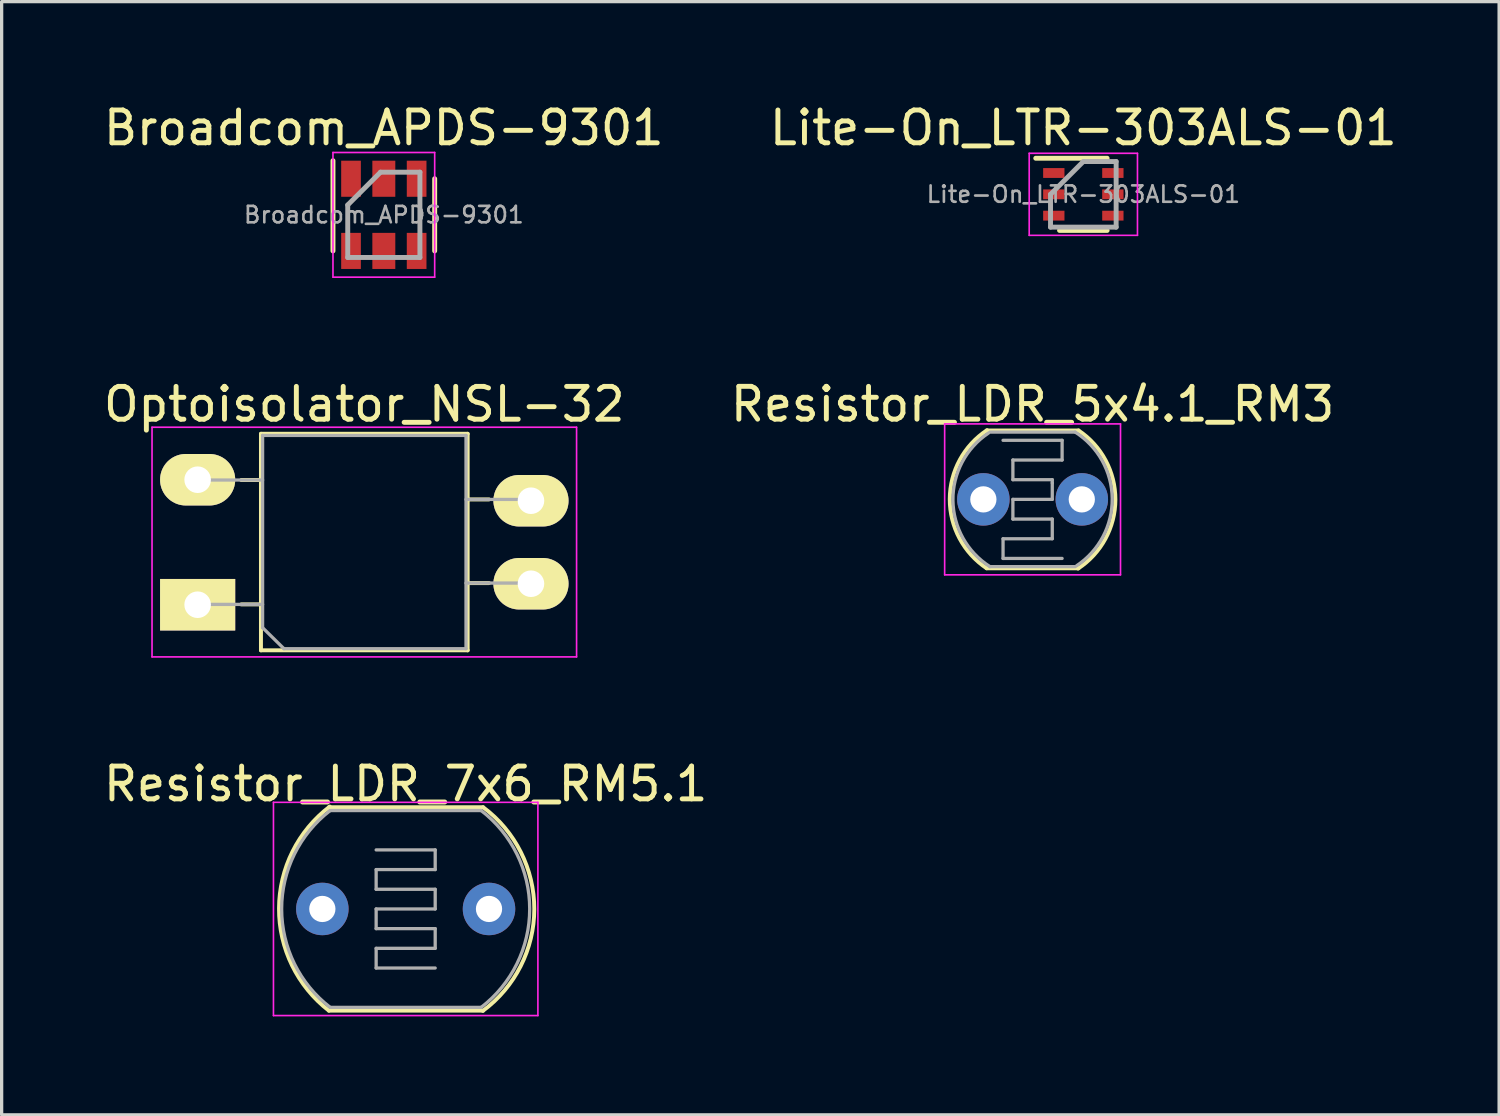
<source format=kicad_pcb>
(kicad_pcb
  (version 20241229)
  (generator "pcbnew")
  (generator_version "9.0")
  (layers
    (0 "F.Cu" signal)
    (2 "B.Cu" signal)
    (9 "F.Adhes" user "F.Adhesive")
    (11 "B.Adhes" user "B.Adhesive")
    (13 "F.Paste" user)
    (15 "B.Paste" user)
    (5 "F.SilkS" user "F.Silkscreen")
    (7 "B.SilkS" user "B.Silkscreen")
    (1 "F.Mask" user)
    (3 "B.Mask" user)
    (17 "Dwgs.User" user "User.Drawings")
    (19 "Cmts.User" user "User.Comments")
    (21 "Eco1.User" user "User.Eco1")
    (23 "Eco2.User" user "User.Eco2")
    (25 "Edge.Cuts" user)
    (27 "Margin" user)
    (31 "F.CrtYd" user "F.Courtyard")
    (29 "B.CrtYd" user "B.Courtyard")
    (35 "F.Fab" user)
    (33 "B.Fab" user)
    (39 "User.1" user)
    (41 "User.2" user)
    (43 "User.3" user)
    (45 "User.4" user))
  (footprint "Lite-On_LTR-303ALS-01"
    (layer "F.Cu")
    (at 29.97 2.873)
    (property "Reference" "Lite-On_LTR-303ALS-01" (at 0 -2.025 0) (layer "F.SilkS") (effects (font (size 1 1) (thickness 0.15))))
    (attr smd)
    (fp_line (start -1.45 -1.1) (end 0.725 -1.1) (stroke (width 0.15) (type solid)) (layer "F.SilkS"))
    (fp_line (start -0.725 1.1) (end 0.725 1.1) (stroke (width 0.15) (type solid)) (layer "F.SilkS"))
    (fp_line (start -1.65 -1.25) (end -1.65 1.25) (stroke (width 0.05) (type solid)) (layer "F.CrtYd"))
    (fp_line (start -1.65 1.25) (end 1.65 1.25) (stroke (width 0.05) (type solid)) (layer "F.CrtYd"))
    (fp_line (start 1.65 -1.25) (end -1.65 -1.25) (stroke (width 0.05) (type solid)) (layer "F.CrtYd"))
    (fp_line (start 1.65 1.25) (end 1.65 -1.25) (stroke (width 0.05) (type solid)) (layer "F.CrtYd"))
    (fp_line (start -1 0) (end 0 -1) (stroke (width 0.15) (type solid)) (layer "F.Fab"))
    (fp_line (start -1 1) (end -1 0) (stroke (width 0.15) (type solid)) (layer "F.Fab"))
    (fp_line (start 0 -1) (end 1 -1) (stroke (width 0.15) (type solid)) (layer "F.Fab"))
    (fp_line (start 1 -1) (end 1 1) (stroke (width 0.15) (type solid)) (layer "F.Fab"))
    (fp_line (start 1 1) (end -1 1) (stroke (width 0.15) (type solid)) (layer "F.Fab"))
    (fp_text user "${REFERENCE}" (at 0 0 0) (layer "F.Fab") (effects (font (size 0.5 0.5) (thickness 0.08))))
    (pad "1" smd rect (at -0.9 -0.65) (size 0.65 0.3) (layers "F.Cu" "F.Mask" "F.Paste"))
    (pad "2" smd rect (at -0.9 0) (size 0.65 0.3) (layers "F.Cu" "F.Mask" "F.Paste"))
    (pad "3" smd rect (at -0.9 0.65) (size 0.65 0.3) (layers "F.Cu" "F.Mask" "F.Paste"))
    (pad "4" smd rect (at 0.9 0.65) (size 0.65 0.3) (layers "F.Cu" "F.Mask" "F.Paste"))
    (pad "5" smd rect (at 0.9 0) (size 0.65 0.3) (layers "F.Cu" "F.Mask" "F.Paste"))
    (pad "6" smd rect (at 0.9 -0.65) (size 0.65 0.3) (layers "F.Cu" "F.Mask" "F.Paste")))
  (footprint "Resistor_LDR_5x4.1_RM3"
    (layer "F.Cu")
    (at 26.923 12.171)
    (property "Reference" "Resistor_LDR_5x4.1_RM3" (at 1.5 -2.9 0) (layer "F.SilkS") (effects (font (size 1 1) (thickness 0.15))))
    (attr through_hole)
    (fp_line (start 0.1 -2.1) (end 2.9 -2.1) (stroke (width 0.12) (type solid)) (layer "F.SilkS"))
    (fp_line (start 0.1 2.1) (end 2.9 2.1) (stroke (width 0.12) (type solid)) (layer "F.SilkS"))
    (fp_arc (start 0.1 2.1) (mid -1.023872 -0.008372) (end 0.113963 -2.109242) (stroke (width 0.12) (type solid)) (layer "F.SilkS"))
    (fp_arc (start 2.9 -2.1) (mid 4.023872 0.008372) (end 2.886037 2.109242) (stroke (width 0.12) (type solid)) (layer "F.SilkS"))
    (fp_line (start -1.18 -2.3) (end -1.18 2.3) (stroke (width 0.05) (type solid)) (layer "F.CrtYd"))
    (fp_line (start -1.18 -2.3) (end 4.18 -2.3) (stroke (width 0.05) (type solid)) (layer "F.CrtYd"))
    (fp_line (start 4.18 2.3) (end -1.18 2.3) (stroke (width 0.05) (type solid)) (layer "F.CrtYd"))
    (fp_line (start 4.18 2.3) (end 4.18 -2.3) (stroke (width 0.05) (type solid)) (layer "F.CrtYd"))
    (fp_line (start 0.2 -2.05) (end 2.8 -2.05) (stroke (width 0.1) (type solid)) (layer "F.Fab"))
    (fp_line (start 0.6 -1.8) (end 2.4 -1.8) (stroke (width 0.1) (type solid)) (layer "F.Fab"))
    (fp_line (start 0.6 1.2) (end 0.6 1.8) (stroke (width 0.1) (type solid)) (layer "F.Fab"))
    (fp_line (start 0.6 1.2) (end 2.1 1.2) (stroke (width 0.1) (type solid)) (layer "F.Fab"))
    (fp_line (start 0.6 1.8) (end 2.4 1.8) (stroke (width 0.1) (type solid)) (layer "F.Fab"))
    (fp_line (start 0.9 -1.2) (end 2.4 -1.2) (stroke (width 0.1) (type solid)) (layer "F.Fab"))
    (fp_line (start 0.9 -0.6) (end 0.9 -1.2) (stroke (width 0.1) (type solid)) (layer "F.Fab"))
    (fp_line (start 0.9 0) (end 2.1 0) (stroke (width 0.1) (type solid)) (layer "F.Fab"))
    (fp_line (start 0.9 0.6) (end 0.9 0) (stroke (width 0.1) (type solid)) (layer "F.Fab"))
    (fp_line (start 2.1 -0.6) (end 0.9 -0.6) (stroke (width 0.1) (type solid)) (layer "F.Fab"))
    (fp_line (start 2.1 -0.5) (end 2.1 -0.6) (stroke (width 0.1) (type solid)) (layer "F.Fab"))
    (fp_line (start 2.1 0) (end 2.1 -0.5) (stroke (width 0.1) (type solid)) (layer "F.Fab"))
    (fp_line (start 2.1 0.6) (end 0.9 0.6) (stroke (width 0.1) (type solid)) (layer "F.Fab"))
    (fp_line (start 2.1 1.2) (end 2.1 0.6) (stroke (width 0.1) (type solid)) (layer "F.Fab"))
    (fp_line (start 2.4 -1.8) (end 2.4 -1.2) (stroke (width 0.1) (type solid)) (layer "F.Fab"))
    (fp_line (start 2.8 2.05) (end 0.2 2.05) (stroke (width 0.1) (type solid)) (layer "F.Fab"))
    (fp_arc (start 0.2 2.05) (mid -0.927305 0.026239) (end 0.155989 -2.021419) (stroke (width 0.1) (type solid)) (layer "F.Fab"))
    (fp_arc (start 2.8 -2.05) (mid 3.927305 -0.026239) (end 2.844011 2.021419) (stroke (width 0.1) (type solid)) (layer "F.Fab"))
    (pad "1" thru_hole circle (at 0 0) (size 1.6 1.6) (drill 0.8) (layers "*.Cu" "*.Mask"))
    (pad "2" thru_hole circle (at 3 0) (size 1.6 1.6) (drill 0.8) (layers "*.Cu" "*.Mask")))
  (footprint "Resistor_LDR_7x6_RM5.1"
    (layer "F.Cu")
    (at 6.775 24.655)
    (property "Reference" "Resistor_LDR_7x6_RM5.1" (at 2.54 -3.81 0) (layer "F.SilkS") (effects (font (size 1 1) (thickness 0.15))))
    (attr through_hole)
    (fp_line (start 0.2 -3.1) (end 4.9 -3.1) (stroke (width 0.12) (type solid)) (layer "F.SilkS"))
    (fp_line (start 0.2 3.1) (end 4.9 3.1) (stroke (width 0.12) (type solid)) (layer "F.SilkS"))
    (fp_arc (start 0.2 3.1) (mid -1.320423 -0.016888) (end 0.226796 -3.120561) (stroke (width 0.12) (type solid)) (layer "F.SilkS"))
    (fp_arc (start 4.9 -3.1) (mid 6.460049 0.00492) (end 4.89209 3.105853) (stroke (width 0.12) (type solid)) (layer "F.SilkS"))
    (fp_line (start -1.49 -3.25) (end -1.49 3.25) (stroke (width 0.05) (type solid)) (layer "F.CrtYd"))
    (fp_line (start -1.49 -3.25) (end 6.57 -3.25) (stroke (width 0.05) (type solid)) (layer "F.CrtYd"))
    (fp_line (start 6.57 3.25) (end -1.49 3.25) (stroke (width 0.05) (type solid)) (layer "F.CrtYd"))
    (fp_line (start 6.57 3.25) (end 6.57 -3.25) (stroke (width 0.05) (type solid)) (layer "F.CrtYd"))
    (fp_line (start 0.24 -3) (end 4.84 -3) (stroke (width 0.1) (type solid)) (layer "F.Fab"))
    (fp_line (start 1.64 -1.8) (end 3.44 -1.8) (stroke (width 0.1) (type solid)) (layer "F.Fab"))
    (fp_line (start 1.64 -1.2) (end 1.64 -0.6) (stroke (width 0.1) (type solid)) (layer "F.Fab"))
    (fp_line (start 1.64 -0.6) (end 3.44 -0.6) (stroke (width 0.1) (type solid)) (layer "F.Fab"))
    (fp_line (start 1.64 0) (end 1.64 0.6) (stroke (width 0.1) (type solid)) (layer "F.Fab"))
    (fp_line (start 1.64 0.6) (end 3.44 0.6) (stroke (width 0.1) (type solid)) (layer "F.Fab"))
    (fp_line (start 1.64 1.2) (end 1.64 1.8) (stroke (width 0.1) (type solid)) (layer "F.Fab"))
    (fp_line (start 1.64 1.8) (end 3.44 1.8) (stroke (width 0.1) (type solid)) (layer "F.Fab"))
    (fp_line (start 3.44 -1.8) (end 3.44 -1.2) (stroke (width 0.1) (type solid)) (layer "F.Fab"))
    (fp_line (start 3.44 -1.2) (end 1.64 -1.2) (stroke (width 0.1) (type solid)) (layer "F.Fab"))
    (fp_line (start 3.44 -0.6) (end 3.44 0) (stroke (width 0.1) (type solid)) (layer "F.Fab"))
    (fp_line (start 3.44 0) (end 1.64 0) (stroke (width 0.1) (type solid)) (layer "F.Fab"))
    (fp_line (start 3.44 0.6) (end 3.44 1.2) (stroke (width 0.1) (type solid)) (layer "F.Fab"))
    (fp_line (start 3.44 1.2) (end 1.64 1.2) (stroke (width 0.1) (type solid)) (layer "F.Fab"))
    (fp_line (start 4.84 3) (end 0.24 3) (stroke (width 0.1) (type solid)) (layer "F.Fab"))
    (fp_arc (start 0.24 3) (mid -1.240211 0.001572) (end 0.237506 -2.998087) (stroke (width 0.1) (type solid)) (layer "F.Fab"))
    (fp_arc (start 4.84 -3) (mid 6.320211 -0.001572) (end 4.842494 2.998087) (stroke (width 0.1) (type solid)) (layer "F.Fab"))
    (pad "1" thru_hole circle (at 0 0) (size 1.6 1.6) (drill 0.8) (layers "*.Cu" "*.Mask"))
    (pad "2" thru_hole circle (at 5.08 0) (size 1.6 1.6) (drill 0.8) (layers "*.Cu" "*.Mask")))
  (footprint "Broadcom_APDS-9301"
    (layer "F.Cu")
    (at 8.649 3.498)
    (property "Reference" "Broadcom_APDS-9301" (at 0 -2.65 0) (layer "F.SilkS") (effects (font (size 1 1) (thickness 0.15))))
    (attr smd)
    (fp_line (start -1.55 -1.65) (end -1.55 1.1) (stroke (width 0.15) (type solid)) (layer "F.SilkS"))
    (fp_line (start 1.55 -1.1) (end 1.55 1.1) (stroke (width 0.15) (type solid)) (layer "F.SilkS"))
    (fp_line (start -1.55 -1.9) (end 1.55 -1.9) (stroke (width 0.05) (type solid)) (layer "F.CrtYd"))
    (fp_line (start -1.55 1.9) (end -1.55 -1.9) (stroke (width 0.05) (type solid)) (layer "F.CrtYd"))
    (fp_line (start 1.55 -1.9) (end 1.55 1.9) (stroke (width 0.05) (type solid)) (layer "F.CrtYd"))
    (fp_line (start 1.55 1.9) (end -1.55 1.9) (stroke (width 0.05) (type solid)) (layer "F.CrtYd"))
    (fp_line (start -1.1 -0.3) (end -1.1 1.3) (stroke (width 0.15) (type solid)) (layer "F.Fab"))
    (fp_line (start -1.1 1.3) (end 1.1 1.3) (stroke (width 0.15) (type solid)) (layer "F.Fab"))
    (fp_line (start -0.1 -1.3) (end -1.1 -0.3) (stroke (width 0.15) (type solid)) (layer "F.Fab"))
    (fp_line (start 1.1 -1.3) (end -0.1 -1.3) (stroke (width 0.15) (type solid)) (layer "F.Fab"))
    (fp_line (start 1.1 1.3) (end 1.1 -1.3) (stroke (width 0.15) (type solid)) (layer "F.Fab"))
    (fp_text user "${REFERENCE}" (at 0 0 0) (layer "F.Fab") (effects (font (size 0.5 0.5) (thickness 0.08))))
    (pad "1" smd rect (at -1 -1.1) (size 0.6 1.1) (layers "F.Cu" "F.Mask" "F.Paste"))
    (pad "2" smd rect (at -1 1.1) (size 0.6 1.1) (layers "F.Cu" "F.Mask" "F.Paste"))
    (pad "3" smd rect (at 0 1.1) (size 0.7 1.1) (layers "F.Cu" "F.Mask" "F.Paste"))
    (pad "4" smd rect (at 1 1.1) (size 0.6 1.1) (layers "F.Cu" "F.Mask" "F.Paste"))
    (pad "5" smd rect (at 1 -1.1) (size 0.6 1.1) (layers "F.Cu" "F.Mask" "F.Paste"))
    (pad "6" smd rect (at 0 -1.1) (size 0.7 1.1) (layers "F.Cu" "F.Mask" "F.Paste")))
  (footprint "Optoisolator_NSL-32"
    (layer "F.Cu")
    (at 2.974 15.382)
    (property "Reference" "Optoisolator_NSL-32" (at 5.08 -6.11 180) (layer "F.SilkS") (effects (font (size 1 1) (thickness 0.15))))
    (attr through_hole)
    (fp_line (start 1.33 -3.8) (end 1.93 -3.8) (stroke (width 0.12) (type solid)) (layer "F.SilkS"))
    (fp_line (start 1.93 -5.21) (end 8.23 -5.21) (stroke (width 0.12) (type solid)) (layer "F.SilkS"))
    (fp_line (start 1.93 -0.01) (end 1.33 -0.01) (stroke (width 0.12) (type solid)) (layer "F.SilkS"))
    (fp_line (start 1.93 1.39) (end 1.93 -5.21) (stroke (width 0.12) (type solid)) (layer "F.SilkS"))
    (fp_line (start 8.23 -5.21) (end 8.23 1.39) (stroke (width 0.12) (type solid)) (layer "F.SilkS"))
    (fp_line (start 8.23 -3.21) (end 8.88 -3.21) (stroke (width 0.12) (type solid)) (layer "F.SilkS"))
    (fp_line (start 8.23 1.39) (end 1.93 1.39) (stroke (width 0.12) (type solid)) (layer "F.SilkS"))
    (fp_line (start 8.88 -0.66) (end 8.23 -0.66) (stroke (width 0.12) (type solid)) (layer "F.SilkS"))
    (fp_line (start -1.39 -5.41) (end -1.39 1.59) (stroke (width 0.05) (type solid)) (layer "F.CrtYd"))
    (fp_line (start -1.39 -5.41) (end 11.55 -5.41) (stroke (width 0.05) (type solid)) (layer "F.CrtYd"))
    (fp_line (start 11.55 1.59) (end -1.39 1.59) (stroke (width 0.05) (type solid)) (layer "F.CrtYd"))
    (fp_line (start 11.55 1.59) (end 11.55 -5.41) (stroke (width 0.05) (type solid)) (layer "F.CrtYd"))
    (fp_line (start -0.02 -0.01) (end 1.98 -0.01) (stroke (width 0.1) (type solid)) (layer "F.Fab"))
    (fp_line (start 0.03 -3.8) (end 1.98 -3.8) (stroke (width 0.1) (type solid)) (layer "F.Fab"))
    (fp_line (start 1.98 -5.16) (end 8.18 -5.16) (stroke (width 0.1) (type solid)) (layer "F.Fab"))
    (fp_line (start 1.98 0.7) (end 1.98 -5.16) (stroke (width 0.1) (type solid)) (layer "F.Fab"))
    (fp_line (start 2.63 1.34) (end 1.98 0.7) (stroke (width 0.1) (type solid)) (layer "F.Fab"))
    (fp_line (start 8.18 -5.16) (end 8.18 1.34) (stroke (width 0.1) (type solid)) (layer "F.Fab"))
    (fp_line (start 8.18 -0.66) (end 10.18 -0.66) (stroke (width 0.1) (type solid)) (layer "F.Fab"))
    (fp_line (start 8.18 1.34) (end 2.63 1.34) (stroke (width 0.1) (type solid)) (layer "F.Fab"))
    (fp_line (start 10.18 -3.21) (end 8.18 -3.21) (stroke (width 0.1) (type solid)) (layer "F.Fab"))
    (pad "1" thru_hole rect (at 0 0) (size 2.29 1.57) (drill 0.81) (layers "*.Cu" "*.Mask" "F.SilkS"))
    (pad "2" thru_hole oval (at 0 -3.81) (size 2.29 1.57) (drill 0.81) (layers "*.Cu" "*.Mask" "F.SilkS"))
    (pad "3" thru_hole oval (at 10.16 -3.17) (size 2.29 1.57) (drill 0.81) (layers "*.Cu" "*.Mask" "F.SilkS"))
    (pad "4" thru_hole oval (at 10.16 -0.64) (size 2.29 1.57) (drill 0.81) (layers "*.Cu" "*.Mask" "F.SilkS")))
  (gr_rect
    (start -3 -3)
    (end 42.643 30.93)
    (stroke (width 0.1) (type default))
    (fill no)
    (layer "Edge.Cuts")))
</source>
